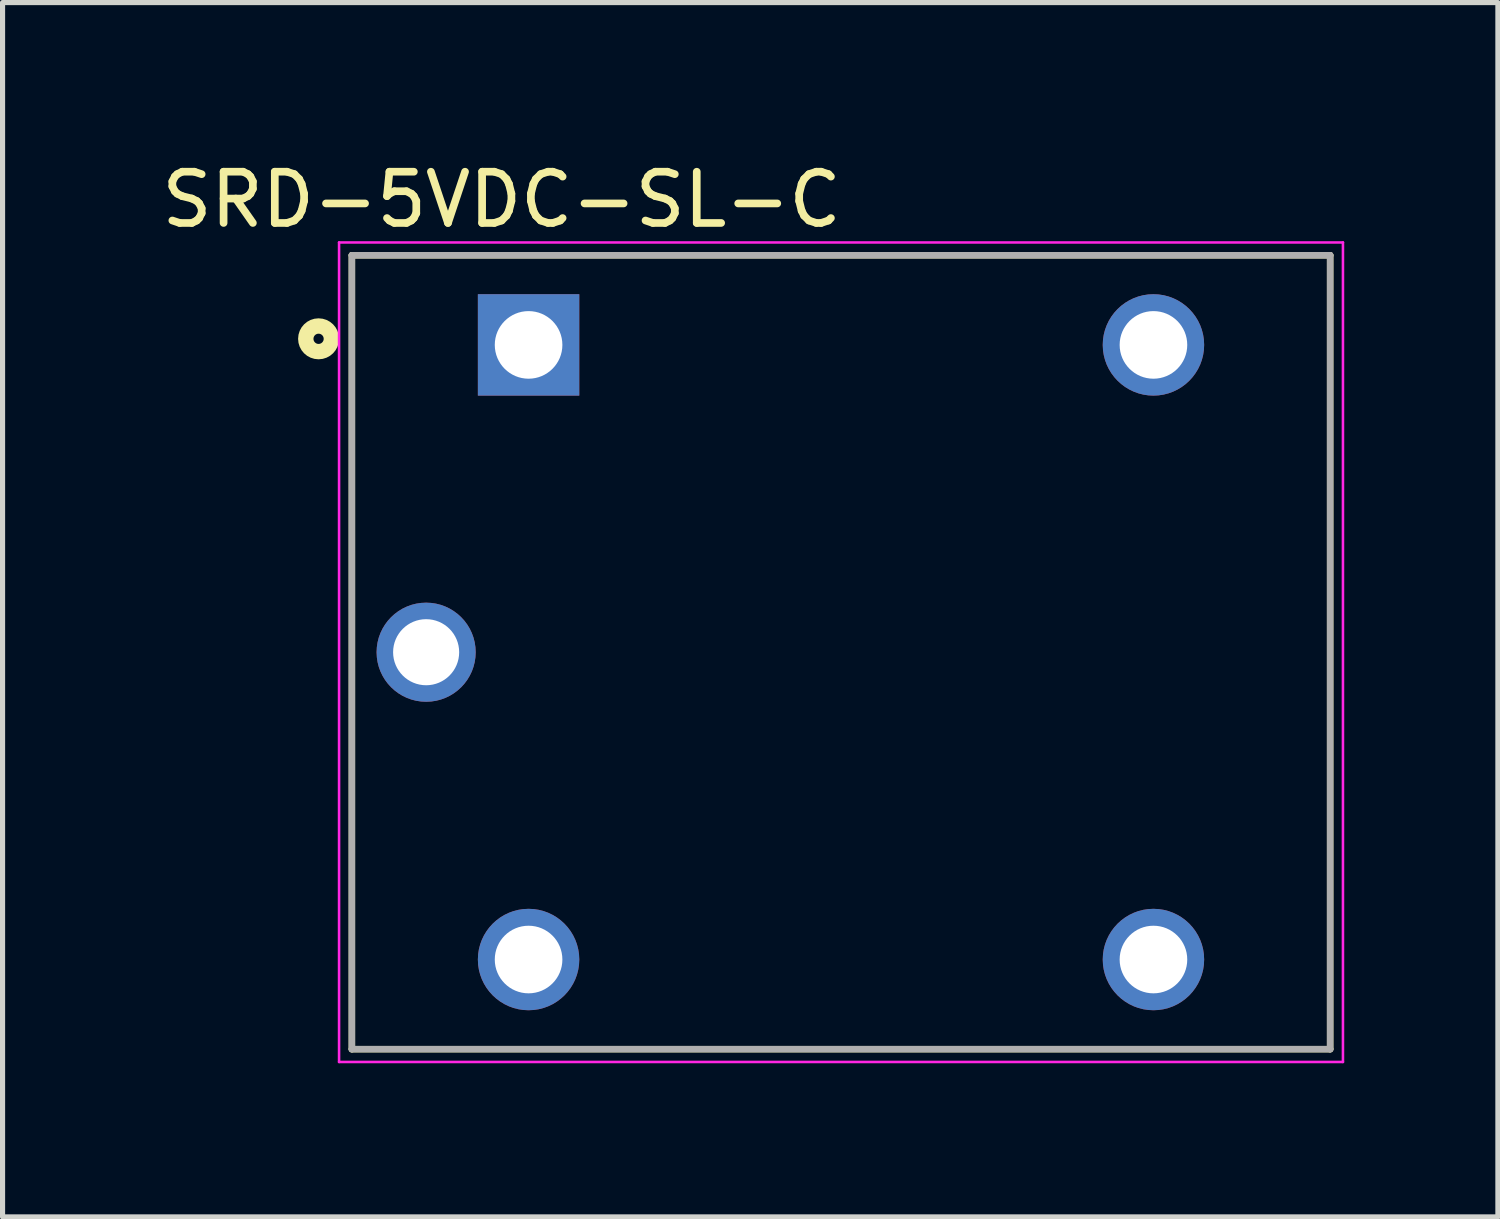
<source format=kicad_pcb>
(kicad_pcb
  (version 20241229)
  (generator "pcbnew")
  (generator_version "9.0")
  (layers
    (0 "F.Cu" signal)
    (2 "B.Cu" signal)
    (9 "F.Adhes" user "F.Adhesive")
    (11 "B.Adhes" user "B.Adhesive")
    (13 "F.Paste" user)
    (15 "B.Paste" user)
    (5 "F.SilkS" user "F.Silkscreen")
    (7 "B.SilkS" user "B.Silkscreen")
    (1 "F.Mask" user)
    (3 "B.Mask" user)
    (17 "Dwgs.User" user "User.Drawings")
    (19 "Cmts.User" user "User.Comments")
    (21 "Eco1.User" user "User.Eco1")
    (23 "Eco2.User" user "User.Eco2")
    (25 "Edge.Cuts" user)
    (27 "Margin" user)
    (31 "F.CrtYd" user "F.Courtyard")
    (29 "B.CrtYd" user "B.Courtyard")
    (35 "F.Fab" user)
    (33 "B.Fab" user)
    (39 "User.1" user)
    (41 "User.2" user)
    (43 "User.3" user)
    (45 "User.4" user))
  (footprint "SRD-5VDC-SL-C"
    (layer "F.Cu")
    (at 13.37 9.684)
    (property "Reference" "SRD-5VDC-SL-C" (at -6.626 -8.836 0) (layer "F.SilkS") (effects (font (size 1 1) (thickness 0.15))))
    (attr through_hole)
    (fp_line (start -9.55 -7.75) (end 9.55 -7.75) (stroke (width 0.127) (type solid)) (layer "F.SilkS"))
    (fp_line (start -9.55 7.75) (end -9.55 -7.75) (stroke (width 0.127) (type solid)) (layer "F.SilkS"))
    (fp_line (start 9.55 -7.75) (end 9.55 7.75) (stroke (width 0.127) (type solid)) (layer "F.SilkS"))
    (fp_line (start 9.55 7.75) (end -9.55 7.75) (stroke (width 0.127) (type solid)) (layer "F.SilkS"))
    (fp_circle (center -10.2 -6.119) (end -10.1 -6.119) (stroke (width 0.3) (type solid)) (fill no) (layer "F.SilkS"))
    (fp_line (start -9.8 -8) (end 9.8 -8) (stroke (width 0.05) (type solid)) (layer "F.CrtYd"))
    (fp_line (start -9.8 8) (end -9.8 -8) (stroke (width 0.05) (type solid)) (layer "F.CrtYd"))
    (fp_line (start 9.8 -8) (end 9.8 8) (stroke (width 0.05) (type solid)) (layer "F.CrtYd"))
    (fp_line (start 9.8 8) (end -9.8 8) (stroke (width 0.05) (type solid)) (layer "F.CrtYd"))
    (fp_line (start -9.55 -7.75) (end 9.55 -7.75) (stroke (width 0.127) (type solid)) (layer "F.Fab"))
    (fp_line (start -9.55 7.75) (end -9.55 -7.75) (stroke (width 0.127) (type solid)) (layer "F.Fab"))
    (fp_line (start 9.55 -7.75) (end 9.55 7.75) (stroke (width 0.127) (type solid)) (layer "F.Fab"))
    (fp_line (start 9.55 7.75) (end -9.55 7.75) (stroke (width 0.127) (type solid)) (layer "F.Fab"))
    (pad "A1" thru_hole rect (at -6.1 -6) (size 1.98 1.98) (drill 1.32) (layers "*.Cu" "*.Mask"))
    (pad "A2" thru_hole circle (at -6.1 6) (size 1.98 1.98) (drill 1.32) (layers "*.Cu" "*.Mask"))
    (pad "COM" thru_hole circle (at -8.1 0) (size 1.935 1.935) (drill 1.29) (layers "*.Cu" "*.Mask"))
    (pad "NC" thru_hole circle (at 6.1 -6) (size 1.98 1.98) (drill 1.32) (layers "*.Cu" "*.Mask"))
    (pad "NO" thru_hole circle (at 6.1 6) (size 1.98 1.98) (drill 1.32) (layers "*.Cu" "*.Mask")))
  (gr_rect
    (start -3 -3)
    (end 26.195 20.709)
    (stroke (width 0.1) (type default))
    (fill no)
    (layer "Edge.Cuts")))
</source>
